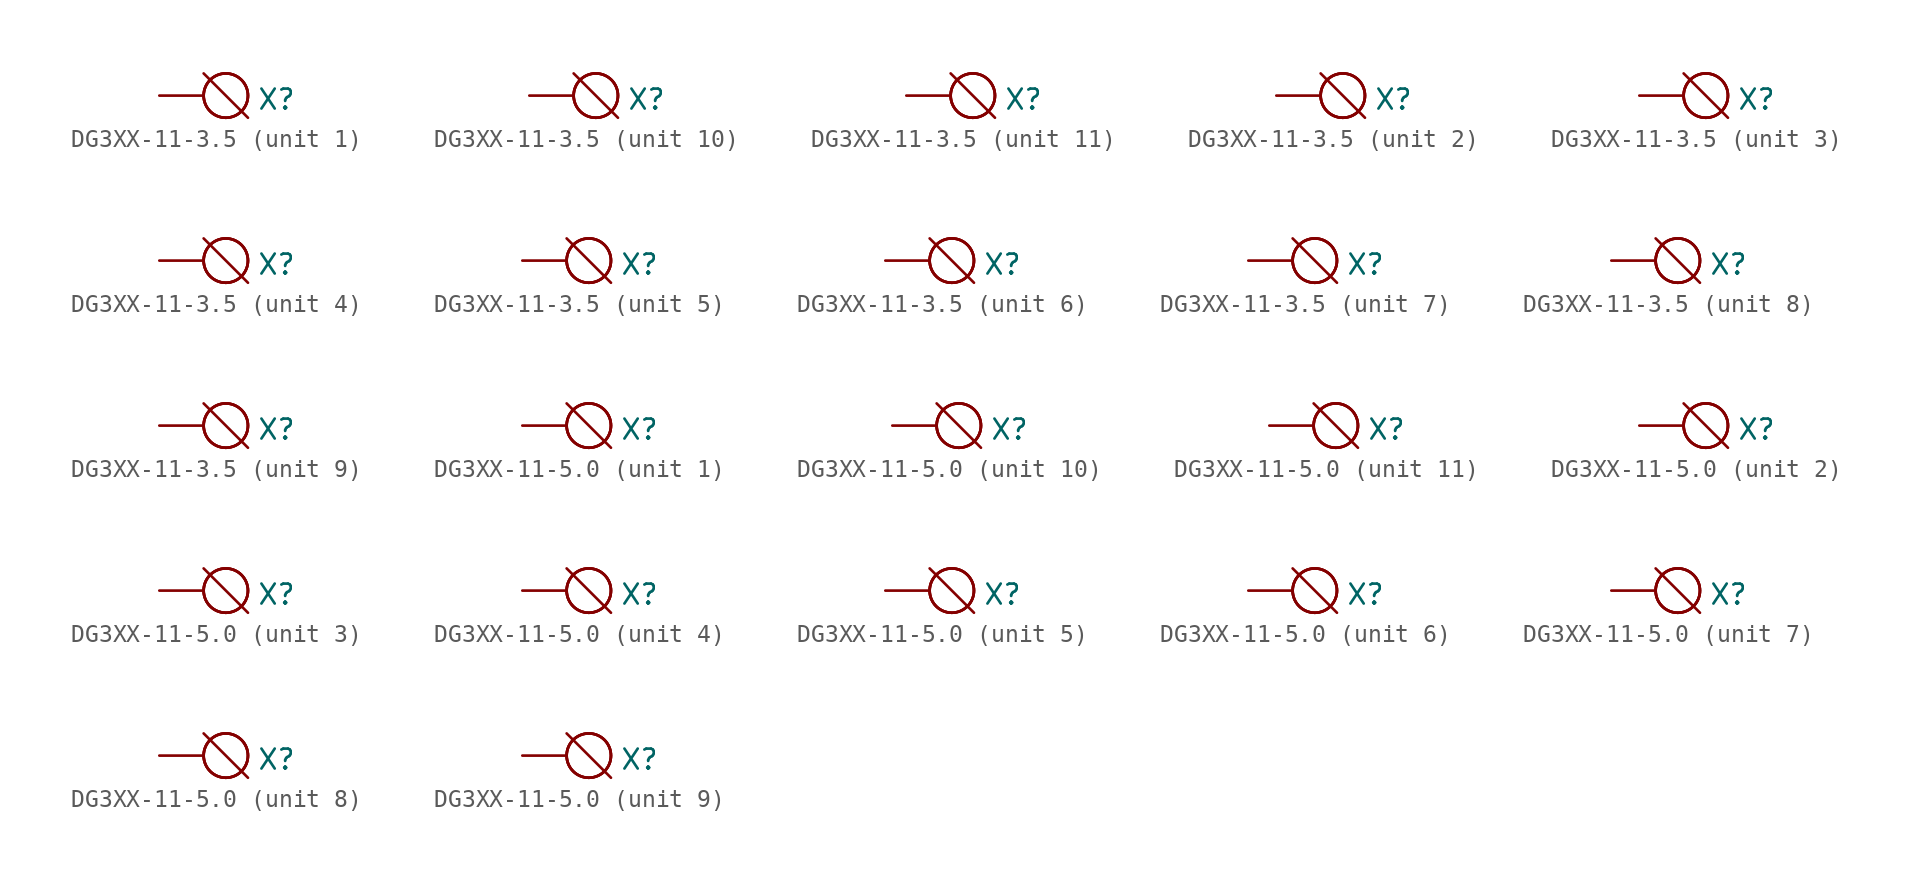
<source format=kicad_sym>
(kicad_symbol_lib
  (version 20211014)
  (generator kicad_symbol_editor)
  (symbol "DG3XX-11-3.5"
    (pin_numbers hide)
    (pin_names
      (offset 1.016) hide)
    (property "Reference" "X"
      (at 3.048 -0.889 0)
      (effects (font (size 1.143 1.143)) (justify left bottom)))
    (property "ki_locked" ""
      (at 0 0 0)
      (effects (font (size 1.27 1.27))))
    (symbol "DG3XX-11-3.5_1_0"
      (polyline (pts (xy 0 1.27) (xy 2.54 -1.27)) (stroke (width 0) (type default) (color 0 0 0 0)) (fill (type none))))
    (symbol "DG3XX-11-3.5_1_1"
      (circle (center 1.27 0) (radius 1.27) (stroke (width 0) (type default) (color 0 0 0 0)) (fill (type none)))
      (circle (center 1.27 0) (radius 1.27) (stroke (width 0) (type default) (color 0 0 0 0)) (fill (type none)))
      (circle (center 1.27 0) (radius 1.27) (stroke (width 0) (type default) (color 0 0 0 0)) (fill (type none)))
      (pin passive line (at -2.54 0 0) (length 2.54) (name "KL" (effects (font (size 1.016 1.016)))) (number "1" (effects (font (size 1.016 1.016))))))
    (symbol "DG3XX-11-3.5_2_0"
      (polyline (pts (xy 0 1.27) (xy 2.54 -1.27)) (stroke (width 0) (type default) (color 0 0 0 0)) (fill (type none))))
    (symbol "DG3XX-11-3.5_2_1"
      (circle (center 1.27 0) (radius 1.27) (stroke (width 0) (type default) (color 0 0 0 0)) (fill (type none)))
      (circle (center 1.27 0) (radius 1.27) (stroke (width 0) (type default) (color 0 0 0 0)) (fill (type none)))
      (circle (center 1.27 0) (radius 1.27) (stroke (width 0) (type default) (color 0 0 0 0)) (fill (type none)))
      (pin passive line (at -2.54 0 0) (length 2.54) (name "KL" (effects (font (size 1.016 1.016)))) (number "2" (effects (font (size 1.016 1.016))))))
    (symbol "DG3XX-11-3.5_3_0"
      (polyline (pts (xy 0 1.27) (xy 2.54 -1.27)) (stroke (width 0) (type default) (color 0 0 0 0)) (fill (type none))))
    (symbol "DG3XX-11-3.5_3_1"
      (circle (center 1.27 0) (radius 1.27) (stroke (width 0) (type default) (color 0 0 0 0)) (fill (type none)))
      (circle (center 1.27 0) (radius 1.27) (stroke (width 0) (type default) (color 0 0 0 0)) (fill (type none)))
      (circle (center 1.27 0) (radius 1.27) (stroke (width 0) (type default) (color 0 0 0 0)) (fill (type none)))
      (pin passive line (at -2.54 0 0) (length 2.54) (name "KL" (effects (font (size 1.016 1.016)))) (number "3" (effects (font (size 1.016 1.016))))))
    (symbol "DG3XX-11-3.5_4_0"
      (polyline (pts (xy 0 1.27) (xy 2.54 -1.27)) (stroke (width 0) (type default) (color 0 0 0 0)) (fill (type none))))
    (symbol "DG3XX-11-3.5_4_1"
      (circle (center 1.27 0) (radius 1.27) (stroke (width 0) (type default) (color 0 0 0 0)) (fill (type none)))
      (circle (center 1.27 0) (radius 1.27) (stroke (width 0) (type default) (color 0 0 0 0)) (fill (type none)))
      (circle (center 1.27 0) (radius 1.27) (stroke (width 0) (type default) (color 0 0 0 0)) (fill (type none)))
      (pin passive line (at -2.54 0 0) (length 2.54) (name "KL" (effects (font (size 1.016 1.016)))) (number "4" (effects (font (size 1.016 1.016))))))
    (symbol "DG3XX-11-3.5_5_0"
      (polyline (pts (xy 0 1.27) (xy 2.54 -1.27)) (stroke (width 0) (type default) (color 0 0 0 0)) (fill (type none))))
    (symbol "DG3XX-11-3.5_5_1"
      (circle (center 1.27 0) (radius 1.27) (stroke (width 0) (type default) (color 0 0 0 0)) (fill (type none)))
      (circle (center 1.27 0) (radius 1.27) (stroke (width 0) (type default) (color 0 0 0 0)) (fill (type none)))
      (circle (center 1.27 0) (radius 1.27) (stroke (width 0) (type default) (color 0 0 0 0)) (fill (type none)))
      (pin passive line (at -2.54 0 0) (length 2.54) (name "KL" (effects (font (size 1.016 1.016)))) (number "5" (effects (font (size 1.016 1.016))))))
    (symbol "DG3XX-11-3.5_6_0"
      (polyline (pts (xy 0 1.27) (xy 2.54 -1.27)) (stroke (width 0) (type default) (color 0 0 0 0)) (fill (type none))))
    (symbol "DG3XX-11-3.5_6_1"
      (circle (center 1.27 0) (radius 1.27) (stroke (width 0) (type default) (color 0 0 0 0)) (fill (type none)))
      (circle (center 1.27 0) (radius 1.27) (stroke (width 0) (type default) (color 0 0 0 0)) (fill (type none)))
      (circle (center 1.27 0) (radius 1.27) (stroke (width 0) (type default) (color 0 0 0 0)) (fill (type none)))
      (pin passive line (at -2.54 0 0) (length 2.54) (name "KL" (effects (font (size 1.016 1.016)))) (number "6" (effects (font (size 1.016 1.016))))))
    (symbol "DG3XX-11-3.5_7_0"
      (polyline (pts (xy 0 1.27) (xy 2.54 -1.27)) (stroke (width 0) (type default) (color 0 0 0 0)) (fill (type none))))
    (symbol "DG3XX-11-3.5_7_1"
      (circle (center 1.27 0) (radius 1.27) (stroke (width 0) (type default) (color 0 0 0 0)) (fill (type none)))
      (circle (center 1.27 0) (radius 1.27) (stroke (width 0) (type default) (color 0 0 0 0)) (fill (type none)))
      (circle (center 1.27 0) (radius 1.27) (stroke (width 0) (type default) (color 0 0 0 0)) (fill (type none)))
      (pin passive line (at -2.54 0 0) (length 2.54) (name "KL" (effects (font (size 1.016 1.016)))) (number "7" (effects (font (size 1.016 1.016))))))
    (symbol "DG3XX-11-3.5_8_0"
      (polyline (pts (xy 0 1.27) (xy 2.54 -1.27)) (stroke (width 0) (type default) (color 0 0 0 0)) (fill (type none))))
    (symbol "DG3XX-11-3.5_8_1"
      (circle (center 1.27 0) (radius 1.27) (stroke (width 0) (type default) (color 0 0 0 0)) (fill (type none)))
      (circle (center 1.27 0) (radius 1.27) (stroke (width 0) (type default) (color 0 0 0 0)) (fill (type none)))
      (circle (center 1.27 0) (radius 1.27) (stroke (width 0) (type default) (color 0 0 0 0)) (fill (type none)))
      (pin passive line (at -2.54 0 0) (length 2.54) (name "KL" (effects (font (size 1.016 1.016)))) (number "8" (effects (font (size 1.016 1.016))))))
    (symbol "DG3XX-11-3.5_9_0"
      (polyline (pts (xy 0 1.27) (xy 2.54 -1.27)) (stroke (width 0) (type default) (color 0 0 0 0)) (fill (type none))))
    (symbol "DG3XX-11-3.5_9_1"
      (circle (center 1.27 0) (radius 1.27) (stroke (width 0) (type default) (color 0 0 0 0)) (fill (type none)))
      (circle (center 1.27 0) (radius 1.27) (stroke (width 0) (type default) (color 0 0 0 0)) (fill (type none)))
      (circle (center 1.27 0) (radius 1.27) (stroke (width 0) (type default) (color 0 0 0 0)) (fill (type none)))
      (pin passive line (at -2.54 0 0) (length 2.54) (name "KL" (effects (font (size 1.016 1.016)))) (number "9" (effects (font (size 1.016 1.016))))))
    (symbol "DG3XX-11-3.5_10_0"
      (polyline (pts (xy 0 1.27) (xy 2.54 -1.27)) (stroke (width 0) (type default) (color 0 0 0 0)) (fill (type none))))
    (symbol "DG3XX-11-3.5_10_1"
      (circle (center 1.27 0) (radius 1.27) (stroke (width 0) (type default) (color 0 0 0 0)) (fill (type none)))
      (circle (center 1.27 0) (radius 1.27) (stroke (width 0) (type default) (color 0 0 0 0)) (fill (type none)))
      (circle (center 1.27 0) (radius 1.27) (stroke (width 0) (type default) (color 0 0 0 0)) (fill (type none)))
      (pin passive line (at -2.54 0 0) (length 2.54) (name "KL" (effects (font (size 1.016 1.016)))) (number "10" (effects (font (size 1.016 1.016))))))
    (symbol "DG3XX-11-3.5_11_0"
      (polyline (pts (xy 0 1.27) (xy 2.54 -1.27)) (stroke (width 0) (type default) (color 0 0 0 0)) (fill (type none))))
    (symbol "DG3XX-11-3.5_11_1"
      (circle (center 1.27 0) (radius 1.27) (stroke (width 0) (type default) (color 0 0 0 0)) (fill (type none)))
      (circle (center 1.27 0) (radius 1.27) (stroke (width 0) (type default) (color 0 0 0 0)) (fill (type none)))
      (circle (center 1.27 0) (radius 1.27) (stroke (width 0) (type default) (color 0 0 0 0)) (fill (type none)))
      (pin passive line (at -2.54 0 0) (length 2.54) (name "KL" (effects (font (size 1.016 1.016)))) (number "11" (effects (font (size 1.016 1.016)))))))
  (symbol "DG3XX-11-5.0"
    (pin_numbers hide)
    (pin_names
      (offset 1.016) hide)
    (property "Reference" "X"
      (at 3.048 -0.889 0)
      (effects (font (size 1.143 1.143)) (justify left bottom)))
    (property "ki_locked" ""
      (at 0 0 0)
      (effects (font (size 1.27 1.27))))
    (symbol "DG3XX-11-5.0_1_0"
      (polyline (pts (xy 0 1.27) (xy 2.54 -1.27)) (stroke (width 0) (type default) (color 0 0 0 0)) (fill (type none))))
    (symbol "DG3XX-11-5.0_1_1"
      (circle (center 1.27 0) (radius 1.27) (stroke (width 0) (type default) (color 0 0 0 0)) (fill (type none)))
      (circle (center 1.27 0) (radius 1.27) (stroke (width 0) (type default) (color 0 0 0 0)) (fill (type none)))
      (circle (center 1.27 0) (radius 1.27) (stroke (width 0) (type default) (color 0 0 0 0)) (fill (type none)))
      (pin passive line (at -2.54 0 0) (length 2.54) (name "KL" (effects (font (size 1.016 1.016)))) (number "1" (effects (font (size 1.016 1.016))))))
    (symbol "DG3XX-11-5.0_2_0"
      (polyline (pts (xy 0 1.27) (xy 2.54 -1.27)) (stroke (width 0) (type default) (color 0 0 0 0)) (fill (type none))))
    (symbol "DG3XX-11-5.0_2_1"
      (circle (center 1.27 0) (radius 1.27) (stroke (width 0) (type default) (color 0 0 0 0)) (fill (type none)))
      (circle (center 1.27 0) (radius 1.27) (stroke (width 0) (type default) (color 0 0 0 0)) (fill (type none)))
      (circle (center 1.27 0) (radius 1.27) (stroke (width 0) (type default) (color 0 0 0 0)) (fill (type none)))
      (pin passive line (at -2.54 0 0) (length 2.54) (name "KL" (effects (font (size 1.016 1.016)))) (number "2" (effects (font (size 1.016 1.016))))))
    (symbol "DG3XX-11-5.0_3_0"
      (polyline (pts (xy 0 1.27) (xy 2.54 -1.27)) (stroke (width 0) (type default) (color 0 0 0 0)) (fill (type none))))
    (symbol "DG3XX-11-5.0_3_1"
      (circle (center 1.27 0) (radius 1.27) (stroke (width 0) (type default) (color 0 0 0 0)) (fill (type none)))
      (circle (center 1.27 0) (radius 1.27) (stroke (width 0) (type default) (color 0 0 0 0)) (fill (type none)))
      (circle (center 1.27 0) (radius 1.27) (stroke (width 0) (type default) (color 0 0 0 0)) (fill (type none)))
      (pin passive line (at -2.54 0 0) (length 2.54) (name "KL" (effects (font (size 1.016 1.016)))) (number "3" (effects (font (size 1.016 1.016))))))
    (symbol "DG3XX-11-5.0_4_0"
      (polyline (pts (xy 0 1.27) (xy 2.54 -1.27)) (stroke (width 0) (type default) (color 0 0 0 0)) (fill (type none))))
    (symbol "DG3XX-11-5.0_4_1"
      (circle (center 1.27 0) (radius 1.27) (stroke (width 0) (type default) (color 0 0 0 0)) (fill (type none)))
      (circle (center 1.27 0) (radius 1.27) (stroke (width 0) (type default) (color 0 0 0 0)) (fill (type none)))
      (circle (center 1.27 0) (radius 1.27) (stroke (width 0) (type default) (color 0 0 0 0)) (fill (type none)))
      (pin passive line (at -2.54 0 0) (length 2.54) (name "KL" (effects (font (size 1.016 1.016)))) (number "4" (effects (font (size 1.016 1.016))))))
    (symbol "DG3XX-11-5.0_5_0"
      (polyline (pts (xy 0 1.27) (xy 2.54 -1.27)) (stroke (width 0) (type default) (color 0 0 0 0)) (fill (type none))))
    (symbol "DG3XX-11-5.0_5_1"
      (circle (center 1.27 0) (radius 1.27) (stroke (width 0) (type default) (color 0 0 0 0)) (fill (type none)))
      (circle (center 1.27 0) (radius 1.27) (stroke (width 0) (type default) (color 0 0 0 0)) (fill (type none)))
      (circle (center 1.27 0) (radius 1.27) (stroke (width 0) (type default) (color 0 0 0 0)) (fill (type none)))
      (pin passive line (at -2.54 0 0) (length 2.54) (name "KL" (effects (font (size 1.016 1.016)))) (number "5" (effects (font (size 1.016 1.016))))))
    (symbol "DG3XX-11-5.0_6_0"
      (polyline (pts (xy 0 1.27) (xy 2.54 -1.27)) (stroke (width 0) (type default) (color 0 0 0 0)) (fill (type none))))
    (symbol "DG3XX-11-5.0_6_1"
      (circle (center 1.27 0) (radius 1.27) (stroke (width 0) (type default) (color 0 0 0 0)) (fill (type none)))
      (circle (center 1.27 0) (radius 1.27) (stroke (width 0) (type default) (color 0 0 0 0)) (fill (type none)))
      (circle (center 1.27 0) (radius 1.27) (stroke (width 0) (type default) (color 0 0 0 0)) (fill (type none)))
      (pin passive line (at -2.54 0 0) (length 2.54) (name "KL" (effects (font (size 1.016 1.016)))) (number "6" (effects (font (size 1.016 1.016))))))
    (symbol "DG3XX-11-5.0_7_0"
      (polyline (pts (xy 0 1.27) (xy 2.54 -1.27)) (stroke (width 0) (type default) (color 0 0 0 0)) (fill (type none))))
    (symbol "DG3XX-11-5.0_7_1"
      (circle (center 1.27 0) (radius 1.27) (stroke (width 0) (type default) (color 0 0 0 0)) (fill (type none)))
      (circle (center 1.27 0) (radius 1.27) (stroke (width 0) (type default) (color 0 0 0 0)) (fill (type none)))
      (circle (center 1.27 0) (radius 1.27) (stroke (width 0) (type default) (color 0 0 0 0)) (fill (type none)))
      (pin passive line (at -2.54 0 0) (length 2.54) (name "KL" (effects (font (size 1.016 1.016)))) (number "7" (effects (font (size 1.016 1.016))))))
    (symbol "DG3XX-11-5.0_8_0"
      (polyline (pts (xy 0 1.27) (xy 2.54 -1.27)) (stroke (width 0) (type default) (color 0 0 0 0)) (fill (type none))))
    (symbol "DG3XX-11-5.0_8_1"
      (circle (center 1.27 0) (radius 1.27) (stroke (width 0) (type default) (color 0 0 0 0)) (fill (type none)))
      (circle (center 1.27 0) (radius 1.27) (stroke (width 0) (type default) (color 0 0 0 0)) (fill (type none)))
      (circle (center 1.27 0) (radius 1.27) (stroke (width 0) (type default) (color 0 0 0 0)) (fill (type none)))
      (pin passive line (at -2.54 0 0) (length 2.54) (name "KL" (effects (font (size 1.016 1.016)))) (number "8" (effects (font (size 1.016 1.016))))))
    (symbol "DG3XX-11-5.0_9_0"
      (polyline (pts (xy 0 1.27) (xy 2.54 -1.27)) (stroke (width 0) (type default) (color 0 0 0 0)) (fill (type none))))
    (symbol "DG3XX-11-5.0_9_1"
      (circle (center 1.27 0) (radius 1.27) (stroke (width 0) (type default) (color 0 0 0 0)) (fill (type none)))
      (circle (center 1.27 0) (radius 1.27) (stroke (width 0) (type default) (color 0 0 0 0)) (fill (type none)))
      (circle (center 1.27 0) (radius 1.27) (stroke (width 0) (type default) (color 0 0 0 0)) (fill (type none)))
      (pin passive line (at -2.54 0 0) (length 2.54) (name "KL" (effects (font (size 1.016 1.016)))) (number "9" (effects (font (size 1.016 1.016))))))
    (symbol "DG3XX-11-5.0_10_0"
      (polyline (pts (xy 0 1.27) (xy 2.54 -1.27)) (stroke (width 0) (type default) (color 0 0 0 0)) (fill (type none))))
    (symbol "DG3XX-11-5.0_10_1"
      (circle (center 1.27 0) (radius 1.27) (stroke (width 0) (type default) (color 0 0 0 0)) (fill (type none)))
      (circle (center 1.27 0) (radius 1.27) (stroke (width 0) (type default) (color 0 0 0 0)) (fill (type none)))
      (circle (center 1.27 0) (radius 1.27) (stroke (width 0) (type default) (color 0 0 0 0)) (fill (type none)))
      (pin passive line (at -2.54 0 0) (length 2.54) (name "KL" (effects (font (size 1.016 1.016)))) (number "10" (effects (font (size 1.016 1.016))))))
    (symbol "DG3XX-11-5.0_11_0"
      (polyline (pts (xy 0 1.27) (xy 2.54 -1.27)) (stroke (width 0) (type default) (color 0 0 0 0)) (fill (type none))))
    (symbol "DG3XX-11-5.0_11_1"
      (circle (center 1.27 0) (radius 1.27) (stroke (width 0) (type default) (color 0 0 0 0)) (fill (type none)))
      (circle (center 1.27 0) (radius 1.27) (stroke (width 0) (type default) (color 0 0 0 0)) (fill (type none)))
      (circle (center 1.27 0) (radius 1.27) (stroke (width 0) (type default) (color 0 0 0 0)) (fill (type none)))
      (pin passive line (at -2.54 0 0) (length 2.54) (name "KL" (effects (font (size 1.016 1.016)))) (number "11" (effects (font (size 1.016 1.016))))))))
</source>
